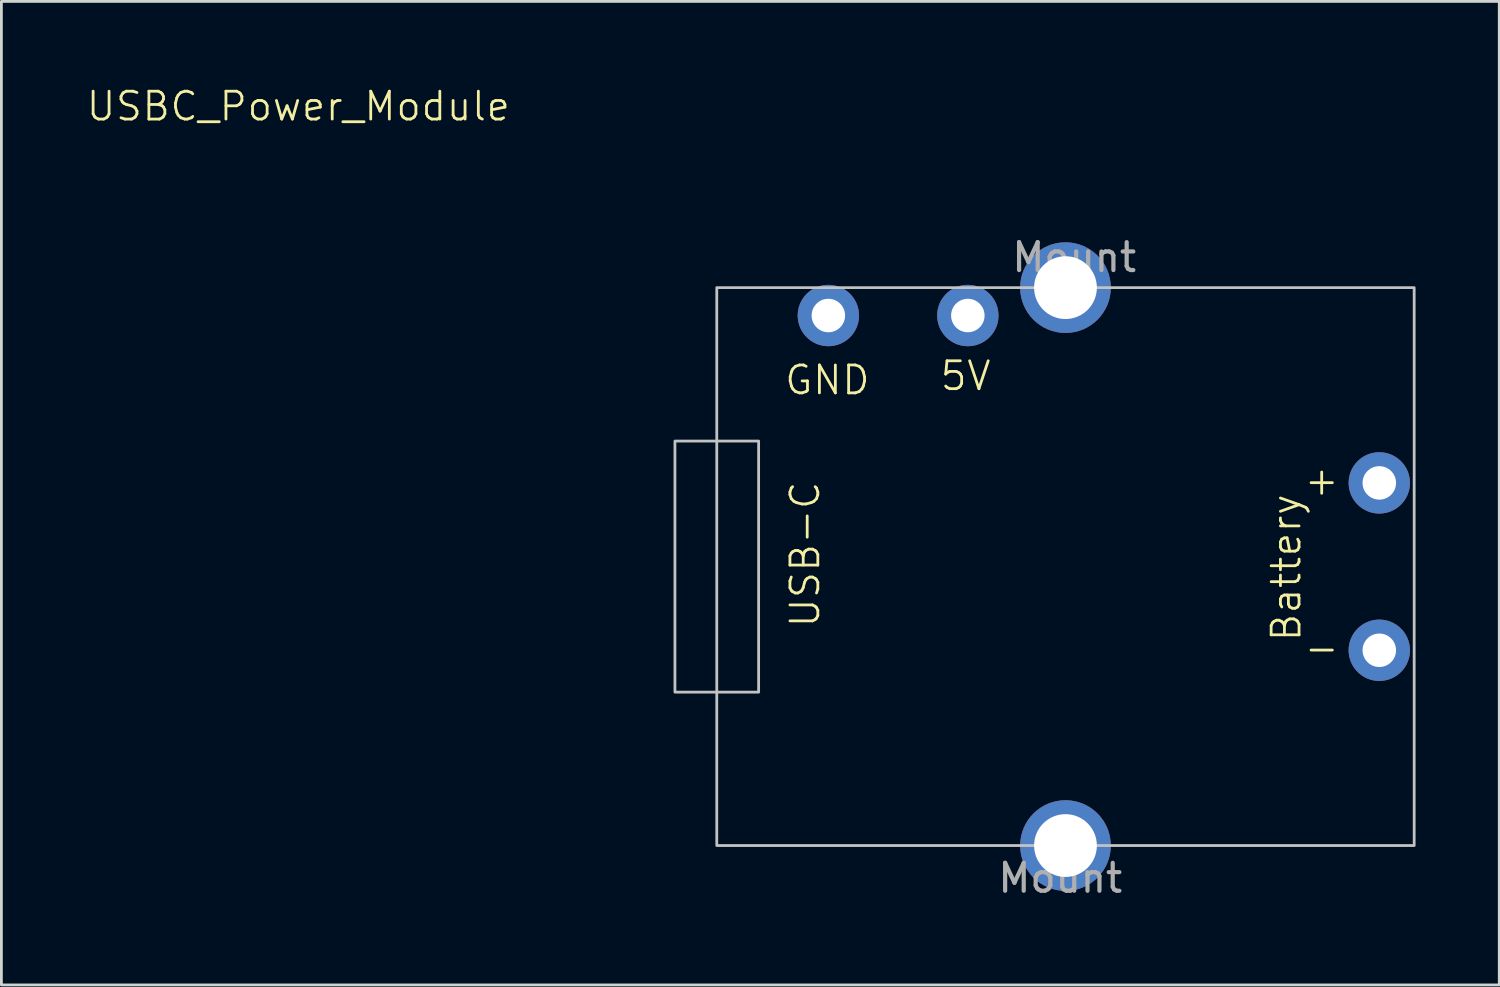
<source format=kicad_pcb>
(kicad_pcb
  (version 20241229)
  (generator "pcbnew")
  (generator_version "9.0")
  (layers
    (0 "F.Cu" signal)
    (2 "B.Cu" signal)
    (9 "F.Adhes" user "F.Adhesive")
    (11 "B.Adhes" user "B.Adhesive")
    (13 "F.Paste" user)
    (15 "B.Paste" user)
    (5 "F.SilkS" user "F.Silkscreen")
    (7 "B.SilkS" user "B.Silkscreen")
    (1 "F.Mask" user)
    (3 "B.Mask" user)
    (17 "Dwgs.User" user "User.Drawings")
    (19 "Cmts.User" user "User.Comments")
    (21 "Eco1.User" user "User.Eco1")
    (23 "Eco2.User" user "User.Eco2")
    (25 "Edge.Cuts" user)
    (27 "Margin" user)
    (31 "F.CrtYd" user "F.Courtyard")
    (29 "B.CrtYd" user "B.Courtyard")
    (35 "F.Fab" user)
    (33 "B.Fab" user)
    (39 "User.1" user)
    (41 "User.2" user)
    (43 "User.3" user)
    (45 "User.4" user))
  (footprint "USBC_Power_Module"
    (layer "F.Cu")
    (at 22.645 7.261)
    (property "Reference" "USBC_Power_Module" (at -15 -6.5 0) (unlocked yes) (layer "F.SilkS") (effects (font (size 1 1) (thickness 0.1))))
    (attr through_hole)
    (fp_rect (start -1.5 5.5) (end 1.5 14.5) (stroke (width 0.1) (type default)) (fill no) (layer "Dwgs.User"))
    (fp_rect (start 0 0) (end 25 20) (stroke (width 0.1) (type default)) (fill no) (layer "Dwgs.User"))
    (fp_text user "Battery" (at 21 12.75 90) (unlocked yes) (layer "F.SilkS") (effects (font (size 1 1) (thickness 0.1)) (justify left bottom)))
    (fp_text user "+" (at 21 7.5 0) (unlocked yes) (layer "F.SilkS") (effects (font (size 1 1) (thickness 0.1)) (justify left bottom)))
    (fp_text user "-" (at 21 13.5 0) (unlocked yes) (layer "F.SilkS") (effects (font (size 1 1) (thickness 0.1)) (justify left bottom)))
    (fp_text user "USB-C" (at 3.75 12.25 90) (unlocked yes) (layer "F.SilkS") (effects (font (size 1 1) (thickness 0.1)) (justify left bottom)))
    (fp_text user "5V" (at 7.95 3.75 0) (unlocked yes) (layer "F.SilkS") (effects (font (size 1 1) (thickness 0.1)) (justify left bottom)))
    (fp_text user "GND" (at 2.375 3.9 0) (unlocked yes) (layer "F.SilkS") (effects (font (size 1 1) (thickness 0.1)) (justify left bottom)))
    (fp_text user "Mount" (at 10.5 -0.5 0) (unlocked yes) (layer "F.Fab") (effects (font (size 1 1) (thickness 0.15)) (justify left bottom)))
    (fp_text user "Mount" (at 10 21.75 0) (unlocked yes) (layer "F.Fab") (effects (font (size 1 1) (thickness 0.15)) (justify left bottom)))
    (pad "" np_thru_hole circle (at 12.5 0 90) (size 3.25 3.25) (drill 2.25) (layers "*.Cu" "*.Mask"))
    (pad "" np_thru_hole circle (at 12.5 20 90) (size 3.25 3.25) (drill 2.25) (layers "*.Cu" "*.Mask"))
    (pad "1" thru_hole circle (at 4 1) (size 2.2 2.2) (drill 1.2) (layers "*.Cu" "*.Mask"))
    (pad "2" thru_hole circle (at 9 1) (size 2.2 2.2) (drill 1.2) (layers "*.Cu" "*.Mask"))
    (pad "5V" thru_hole circle (at 23.75 7) (size 2.2 2.2) (drill 1.2) (layers "*.Cu" "*.Mask"))
    (pad "GND" thru_hole circle (at 23.75 13) (size 2.2 2.2) (drill 1.2) (layers "*.Cu" "*.Mask")))
  (gr_rect
    (start -3 -3)
    (end 50.695 32.257)
    (stroke (width 0.1) (type default))
    (fill no)
    (layer "Edge.Cuts")))
</source>
